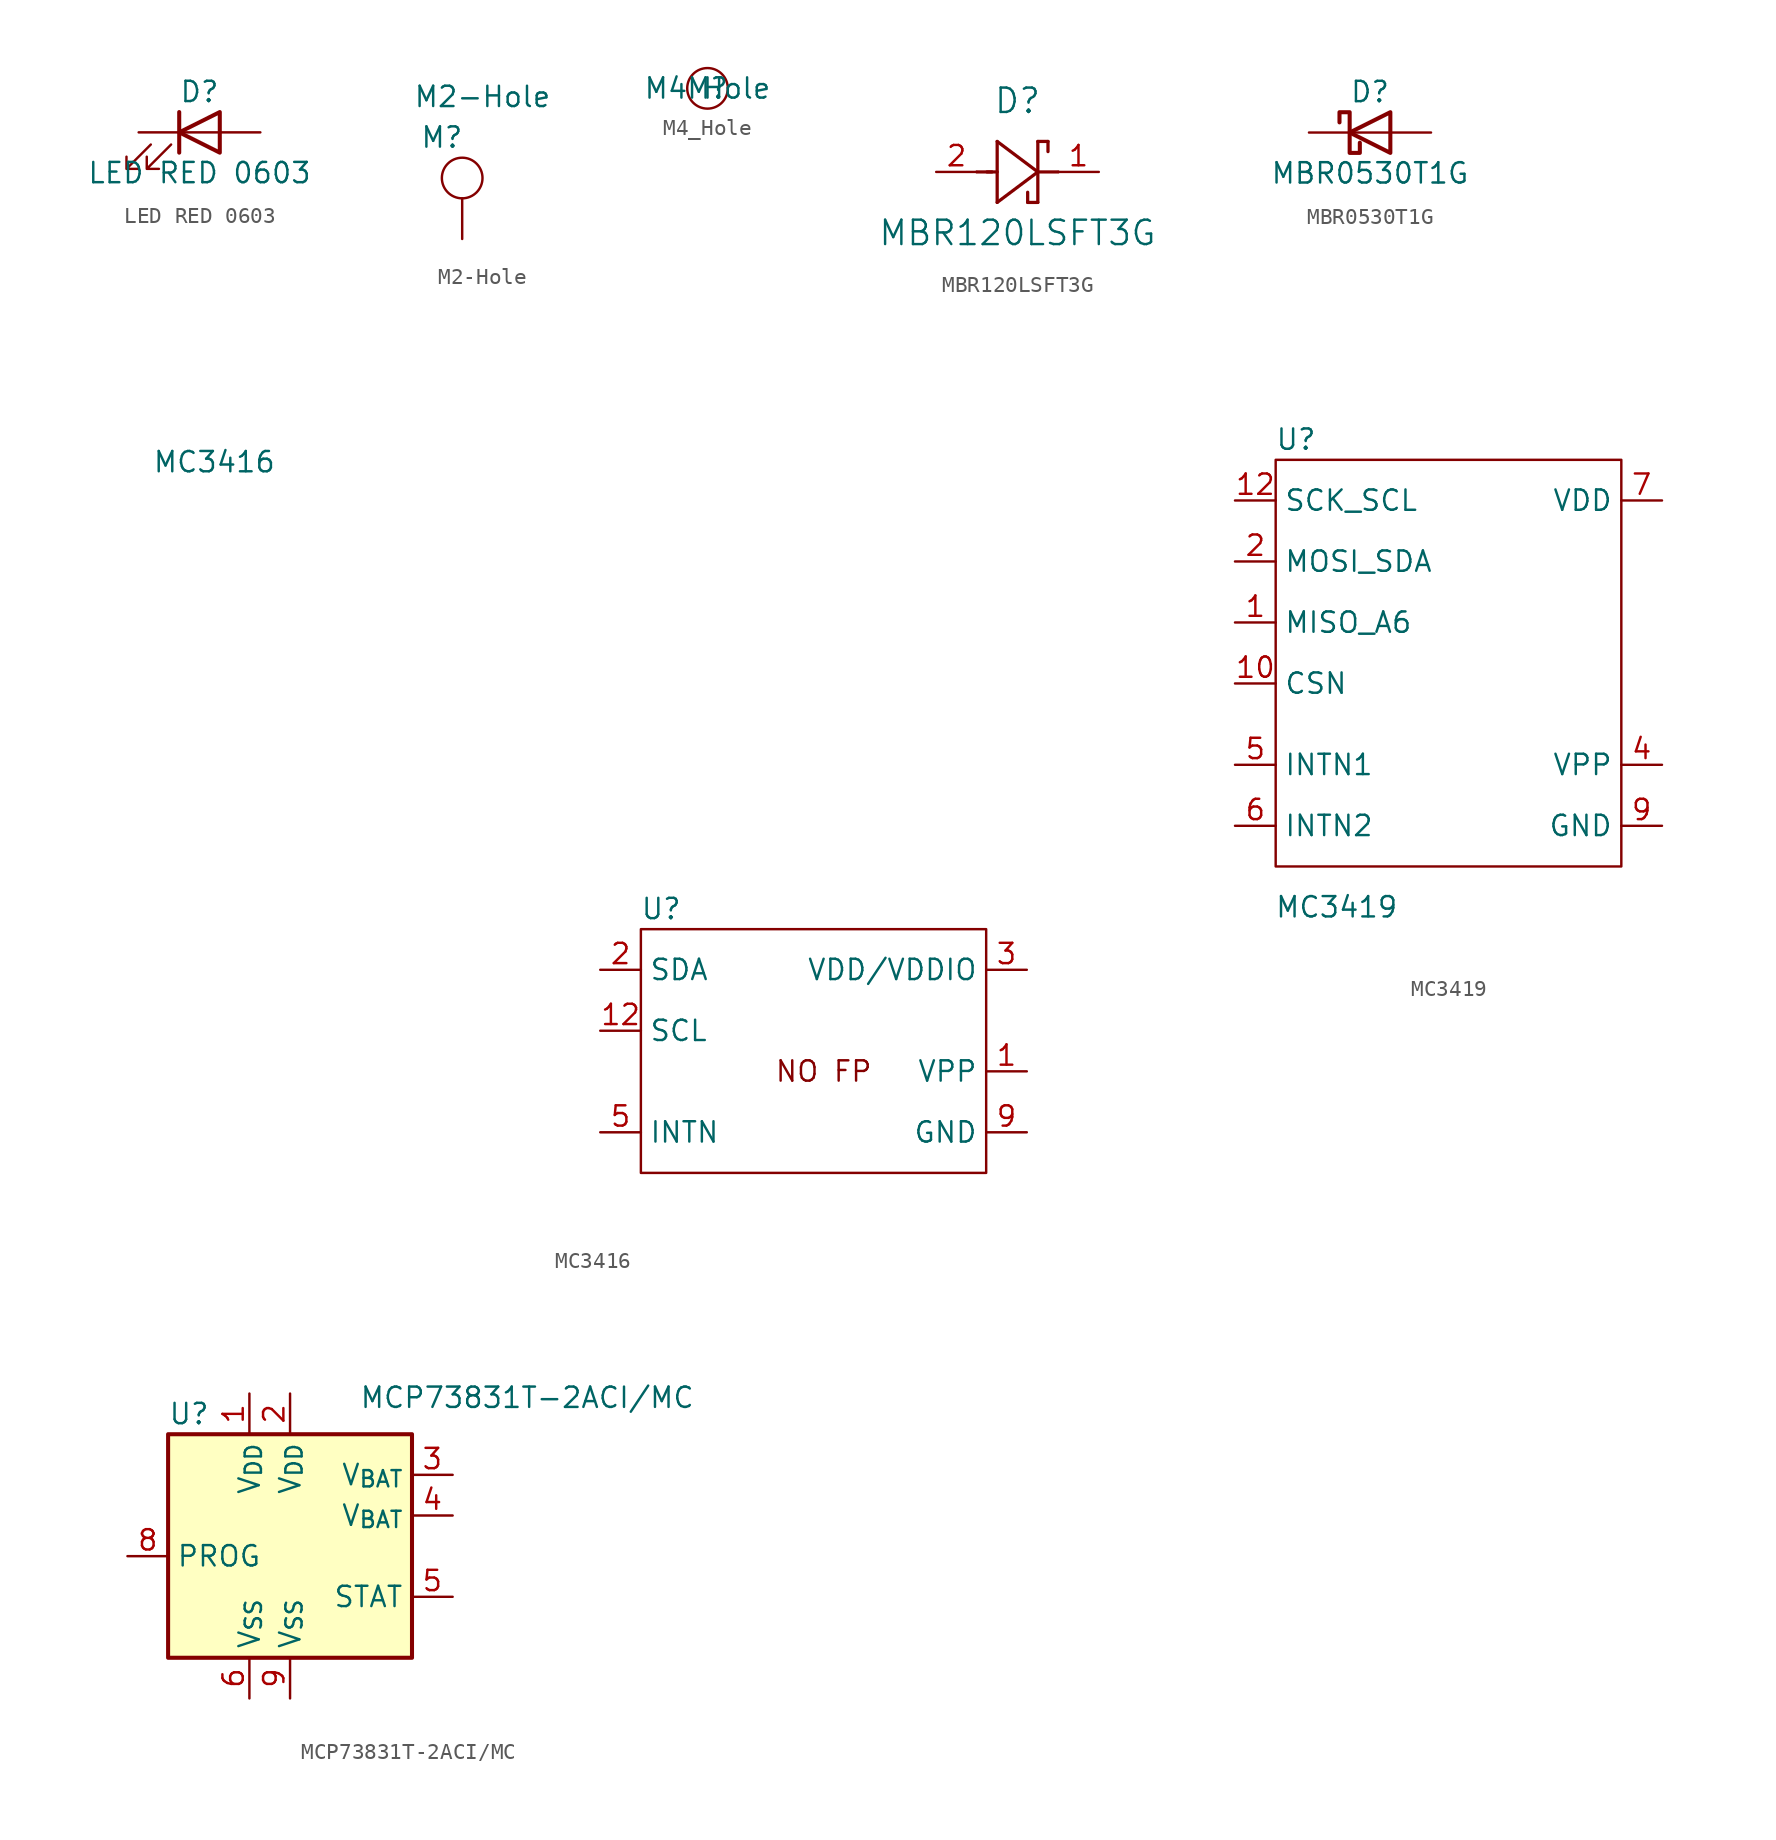
<source format=kicad_sym>
(kicad_symbol_lib
  (version 20231120)
  (generator "kicad_symbol_editor")
  (generator_version "8.0")
  (symbol "LED RED 0603"
    (pin_numbers hide)
    (pin_names
      (offset 1.016) hide)
    (property "Reference" "D"
      (at 0 2.54 0)
      (effects (font (size 1.27 1.27))))
    (property "Value" "LED RED 0603"
      (at 0 -2.54 0)
      (effects (font (size 1.27 1.27))))
    (symbol "LED RED 0603_0_1"
      (polyline (pts (xy -1.27 -1.27) (xy -1.27 1.27)) (stroke (width 0.254) (type default)) (fill (type none)))
      (polyline (pts (xy -1.27 0) (xy 1.27 0)) (stroke (width 0) (type default)) (fill (type none)))
      (polyline (pts (xy 1.27 -1.27) (xy 1.27 1.27) (xy -1.27 0) (xy 1.27 -1.27)) (stroke (width 0.254) (type default)) (fill (type none)))
      (polyline (pts (xy -3.048 -0.762) (xy -4.572 -2.286) (xy -3.81 -2.286) (xy -4.572 -2.286) (xy -4.572 -1.524)) (stroke (width 0) (type default)) (fill (type none)))
      (polyline (pts (xy -1.778 -0.762) (xy -3.302 -2.286) (xy -2.54 -2.286) (xy -3.302 -2.286) (xy -3.302 -1.524)) (stroke (width 0) (type default)) (fill (type none))))
    (symbol "LED RED 0603_1_1"
      (pin passive line (at -3.81 0 0) (length 2.54) (name "K" (effects (font (size 1.27 1.27)))) (number "1" (effects (font (size 1.27 1.27)))))
      (pin passive line (at 3.81 0 180) (length 2.54) (name "A" (effects (font (size 1.27 1.27)))) (number "2" (effects (font (size 1.27 1.27)))))))
  (symbol "M2-Hole"
    (pin_numbers hide)
    (pin_names
      (offset 0) hide)
    (property "Reference" "M"
      (at -1.27 3.81 0)
      (effects (font (size 1.27 1.27))))
    (property "Value" "M2-Hole"
      (at 1.27 6.35 0)
      (effects (font (size 1.27 1.27))))
    (symbol "M2-Hole_0_1"
      (circle (center 0 1.27) (radius 1.27) (stroke (width 0) (type default)) (fill (type none))))
    (symbol "M2-Hole_1_1"
      (pin passive line (at 0 -2.54 90) (length 2.54) (name "0" (effects (font (size 1.27 1.27)))) (number "0" (effects (font (size 1.27 1.27)))))))
  (symbol "M4_Hole"
    (property "Reference" "M"
      (at 0 0 0)
      (effects (font (size 1.27 1.27))))
    (property "Value" "M4 Hole"
      (at 0 0 0)
      (effects (font (size 1.27 1.27))))
    (symbol "M4_Hole_0_1"
      (circle (center 0 0) (radius 1.27) (stroke (width 0) (type default)) (fill (type none)))))
  (symbol "MBR120LSFT3G"
    (pin_names
      (offset 0.254))
    (property "Reference" "D"
      (at 5.08 4.445 0)
      (effects (font (size 1.524 1.524))))
    (property "Value" "MBR120LSFT3G"
      (at 5.08 -3.81 0)
      (effects (font (size 1.524 1.524))))
    (symbol "MBR120LSFT3G_0_1"
      (polyline (pts (xy 2.54 0) (xy 3.48 0)) (stroke (width 0.203) (type default)) (fill (type none)))
      (polyline (pts (xy 3.175 0) (xy 3.81 0)) (stroke (width 0.203) (type default)) (fill (type none)))
      (polyline (pts (xy 3.81 -1.905) (xy 6.35 0)) (stroke (width 0.203) (type default)) (fill (type none)))
      (polyline (pts (xy 3.81 1.905) (xy 3.81 -1.905)) (stroke (width 0.203) (type default)) (fill (type none)))
      (polyline (pts (xy 5.715 -1.905) (xy 5.715 -1.27)) (stroke (width 0.203) (type default)) (fill (type none)))
      (polyline (pts (xy 6.35 -1.905) (xy 5.715 -1.905)) (stroke (width 0.203) (type default)) (fill (type none)))
      (polyline (pts (xy 6.35 -1.905) (xy 6.35 1.905)) (stroke (width 0.203) (type default)) (fill (type none)))
      (polyline (pts (xy 6.35 0) (xy 3.81 1.905)) (stroke (width 0.203) (type default)) (fill (type none)))
      (polyline (pts (xy 6.35 0) (xy 7.62 0)) (stroke (width 0.203) (type default)) (fill (type none)))
      (polyline (pts (xy 6.35 1.905) (xy 6.985 1.905)) (stroke (width 0.203) (type default)) (fill (type none)))
      (polyline (pts (xy 6.985 1.905) (xy 6.985 1.27)) (stroke (width 0.203) (type default)) (fill (type none)))
      (pin unspecified line (at 10.16 0 180) (length 2.54) (name "" (effects (font (size 1.27 1.27)))) (number "1" (effects (font (size 1.27 1.27)))))
      (pin unspecified line (at 0 0 0) (length 2.54) (name "" (effects (font (size 1.27 1.27)))) (number "2" (effects (font (size 1.27 1.27)))))))
  (symbol "MBR0530T1G"
    (pin_numbers hide)
    (pin_names
      (offset 1.016) hide)
    (property "Reference" "D"
      (at 0 2.54 0)
      (effects (font (size 1.27 1.27))))
    (property "Value" "MBR0530T1G"
      (at 0 -2.54 0)
      (effects (font (size 1.27 1.27))))
    (symbol "MBR0530T1G_0_1"
      (polyline (pts (xy 1.27 0) (xy -1.27 0)) (stroke (width 0) (type default)) (fill (type none)))
      (polyline (pts (xy 1.27 1.27) (xy 1.27 -1.27) (xy -1.27 0) (xy 1.27 1.27)) (stroke (width 0.254) (type default)) (fill (type none)))
      (polyline (pts (xy -1.905 0.635) (xy -1.905 1.27) (xy -1.27 1.27) (xy -1.27 -1.27) (xy -0.635 -1.27) (xy -0.635 -0.635)) (stroke (width 0.254) (type default)) (fill (type none))))
    (symbol "MBR0530T1G_1_1"
      (pin passive line (at -3.81 0 0) (length 2.54) (name "K" (effects (font (size 1.27 1.27)))) (number "1" (effects (font (size 1.27 1.27)))))
      (pin passive line (at 3.81 0 180) (length 2.54) (name "A" (effects (font (size 1.27 1.27)))) (number "2" (effects (font (size 1.27 1.27)))))))
  (symbol "MC3416"
    (property "Reference" "U"
      (at 1.27 3.81 0)
      (effects (font (size 1.27 1.27))))
    (property "Value" "MC3416"
      (at -26.67 31.75 0)
      (effects (font (size 1.27 1.27))))
    (symbol "MC3416_0_1"
      (rectangle (start 0 2.54) (end 21.59 -12.7) (stroke (width 0) (type default)) (fill (type none))))
    (symbol "MC3416_1_1"
      (text "NO FP" (at 11.43 -6.35 0) (effects (font (size 1.27 1.27))))
      (pin power_in line (at 24.13 -6.35 180) (length 2.54) (name "VPP" (effects (font (size 1.27 1.27)))) (number "1" (effects (font (size 1.27 1.27)))))
      (pin input line (at -2.54 -3.81 0) (length 2.54) (name "SCL" (effects (font (size 1.27 1.27)))) (number "12" (effects (font (size 1.27 1.27)))))
      (pin bidirectional line (at -2.54 0 0) (length 2.54) (name "SDA" (effects (font (size 1.27 1.27)))) (number "2" (effects (font (size 1.27 1.27)))))
      (pin power_in line (at 24.13 0 180) (length 2.54) (name "VDD/VDDIO" (effects (font (size 1.27 1.27)))) (number "3" (effects (font (size 1.27 1.27)))))
      (pin power_in line (at -2.54 -10.16 0) (length 2.54) (name "INTN" (effects (font (size 1.27 1.27)))) (number "5" (effects (font (size 1.27 1.27)))))
      (pin power_in line (at 24.13 -10.16 180) (length 2.54) (name "GND" (effects (font (size 1.27 1.27)))) (number "9" (effects (font (size 1.27 1.27)))))))
  (symbol "MC3419"
    (property "Reference" "U"
      (at 1.27 3.81 0)
      (effects (font (size 1.27 1.27))))
    (property "Value" "MC3419"
      (at 3.81 -25.4 0)
      (effects (font (size 1.27 1.27))))
    (symbol "MC3419_0_1"
      (rectangle (start 0 2.54) (end 21.59 -22.86) (stroke (width 0) (type default)) (fill (type none))))
    (symbol "MC3419_1_1"
      (pin bidirectional line (at -2.54 -7.62 0) (length 2.54) (name "MISO_A6" (effects (font (size 1.27 1.27)))) (number "1" (effects (font (size 1.27 1.27)))))
      (pin input line (at -2.54 -11.43 0) (length 2.54) (name "CSN" (effects (font (size 1.27 1.27)))) (number "10" (effects (font (size 1.27 1.27)))))
      (pin passive line (at 24.13 -11.43 180) (length 2.54) hide (name "NC" (effects (font (size 1.27 1.27)))) (number "11" (effects (font (size 1.27 1.27)))))
      (pin input line (at -2.54 0 0) (length 2.54) (name "SCK_SCL" (effects (font (size 1.27 1.27)))) (number "12" (effects (font (size 1.27 1.27)))))
      (pin bidirectional line (at -2.54 -3.81 0) (length 2.54) (name "MOSI_SDA" (effects (font (size 1.27 1.27)))) (number "2" (effects (font (size 1.27 1.27)))))
      (pin passive line (at 24.13 -3.81 180) (length 2.54) hide (name "NC" (effects (font (size 1.27 1.27)))) (number "3" (effects (font (size 1.27 1.27)))))
      (pin power_in line (at 24.13 -16.51 180) (length 2.54) (name "VPP" (effects (font (size 1.27 1.27)))) (number "4" (effects (font (size 1.27 1.27)))))
      (pin output line (at -2.54 -16.51 0) (length 2.54) (name "INTN1" (effects (font (size 1.27 1.27)))) (number "5" (effects (font (size 1.27 1.27)))))
      (pin output line (at -2.54 -20.32 0) (length 2.54) (name "INTN2" (effects (font (size 1.27 1.27)))) (number "6" (effects (font (size 1.27 1.27)))))
      (pin power_in line (at 24.13 0 180) (length 2.54) (name "VDD" (effects (font (size 1.27 1.27)))) (number "7" (effects (font (size 1.27 1.27)))))
      (pin passive line (at 24.13 -7.62 180) (length 2.54) hide (name "NC" (effects (font (size 1.27 1.27)))) (number "8" (effects (font (size 1.27 1.27)))))
      (pin power_in line (at 24.13 -20.32 180) (length 2.54) (name "GND" (effects (font (size 1.27 1.27)))) (number "9" (effects (font (size 1.27 1.27)))))))
  (symbol "MCP73831T-2ACI/MC"
    (property "Reference" "U"
      (at -7.62 6.35 0)
      (effects (font (size 1.27 1.27)) (justify left)))
    (property "Value" "MCP73831T-2ACI/MC"
      (at 4.318 7.366 0)
      (effects (font (size 1.27 1.27)) (justify left)))
    (symbol "MCP73831T-2ACI/MC_0_1"
      (rectangle (start -7.62 5.08) (end 7.62 -8.89) (stroke (width 0.254) (type default)) (fill (type background))))
    (symbol "MCP73831T-2ACI/MC_1_1"
      (pin power_in line (at -2.54 7.62 270) (length 2.54) (name "V_{DD}" (effects (font (size 1.27 1.27)))) (number "1" (effects (font (size 1.27 1.27)))))
      (pin power_in line (at 0 7.62 270) (length 2.54) (name "V_{DD}" (effects (font (size 1.27 1.27)))) (number "2" (effects (font (size 1.27 1.27)))))
      (pin power_out line (at 10.16 2.54 180) (length 2.54) (name "V_{BAT}" (effects (font (size 1.27 1.27)))) (number "3" (effects (font (size 1.27 1.27)))))
      (pin power_out line (at 10.16 0 180) (length 2.54) (name "V_{BAT}" (effects (font (size 1.27 1.27)))) (number "4" (effects (font (size 1.27 1.27)))))
      (pin output line (at 10.16 -5.08 180) (length 2.54) (name "STAT" (effects (font (size 1.27 1.27)))) (number "5" (effects (font (size 1.27 1.27)))))
      (pin power_in line (at -2.54 -11.43 90) (length 2.54) (name "V_{SS}" (effects (font (size 1.27 1.27)))) (number "6" (effects (font (size 1.27 1.27)))))
      (pin no_connect line (at -10.16 -5.08 0) (length 2.54) hide (name "NC" (effects (font (size 1.27 1.27)))) (number "7" (effects (font (size 1.27 1.27)))))
      (pin input line (at -10.16 -2.54 0) (length 2.54) (name "PROG" (effects (font (size 1.27 1.27)))) (number "8" (effects (font (size 1.27 1.27)))))
      (pin power_in line (at 0 -11.43 90) (length 2.54) (name "V_{SS}" (effects (font (size 1.27 1.27)))) (number "9" (effects (font (size 1.27 1.27))))))))
</source>
